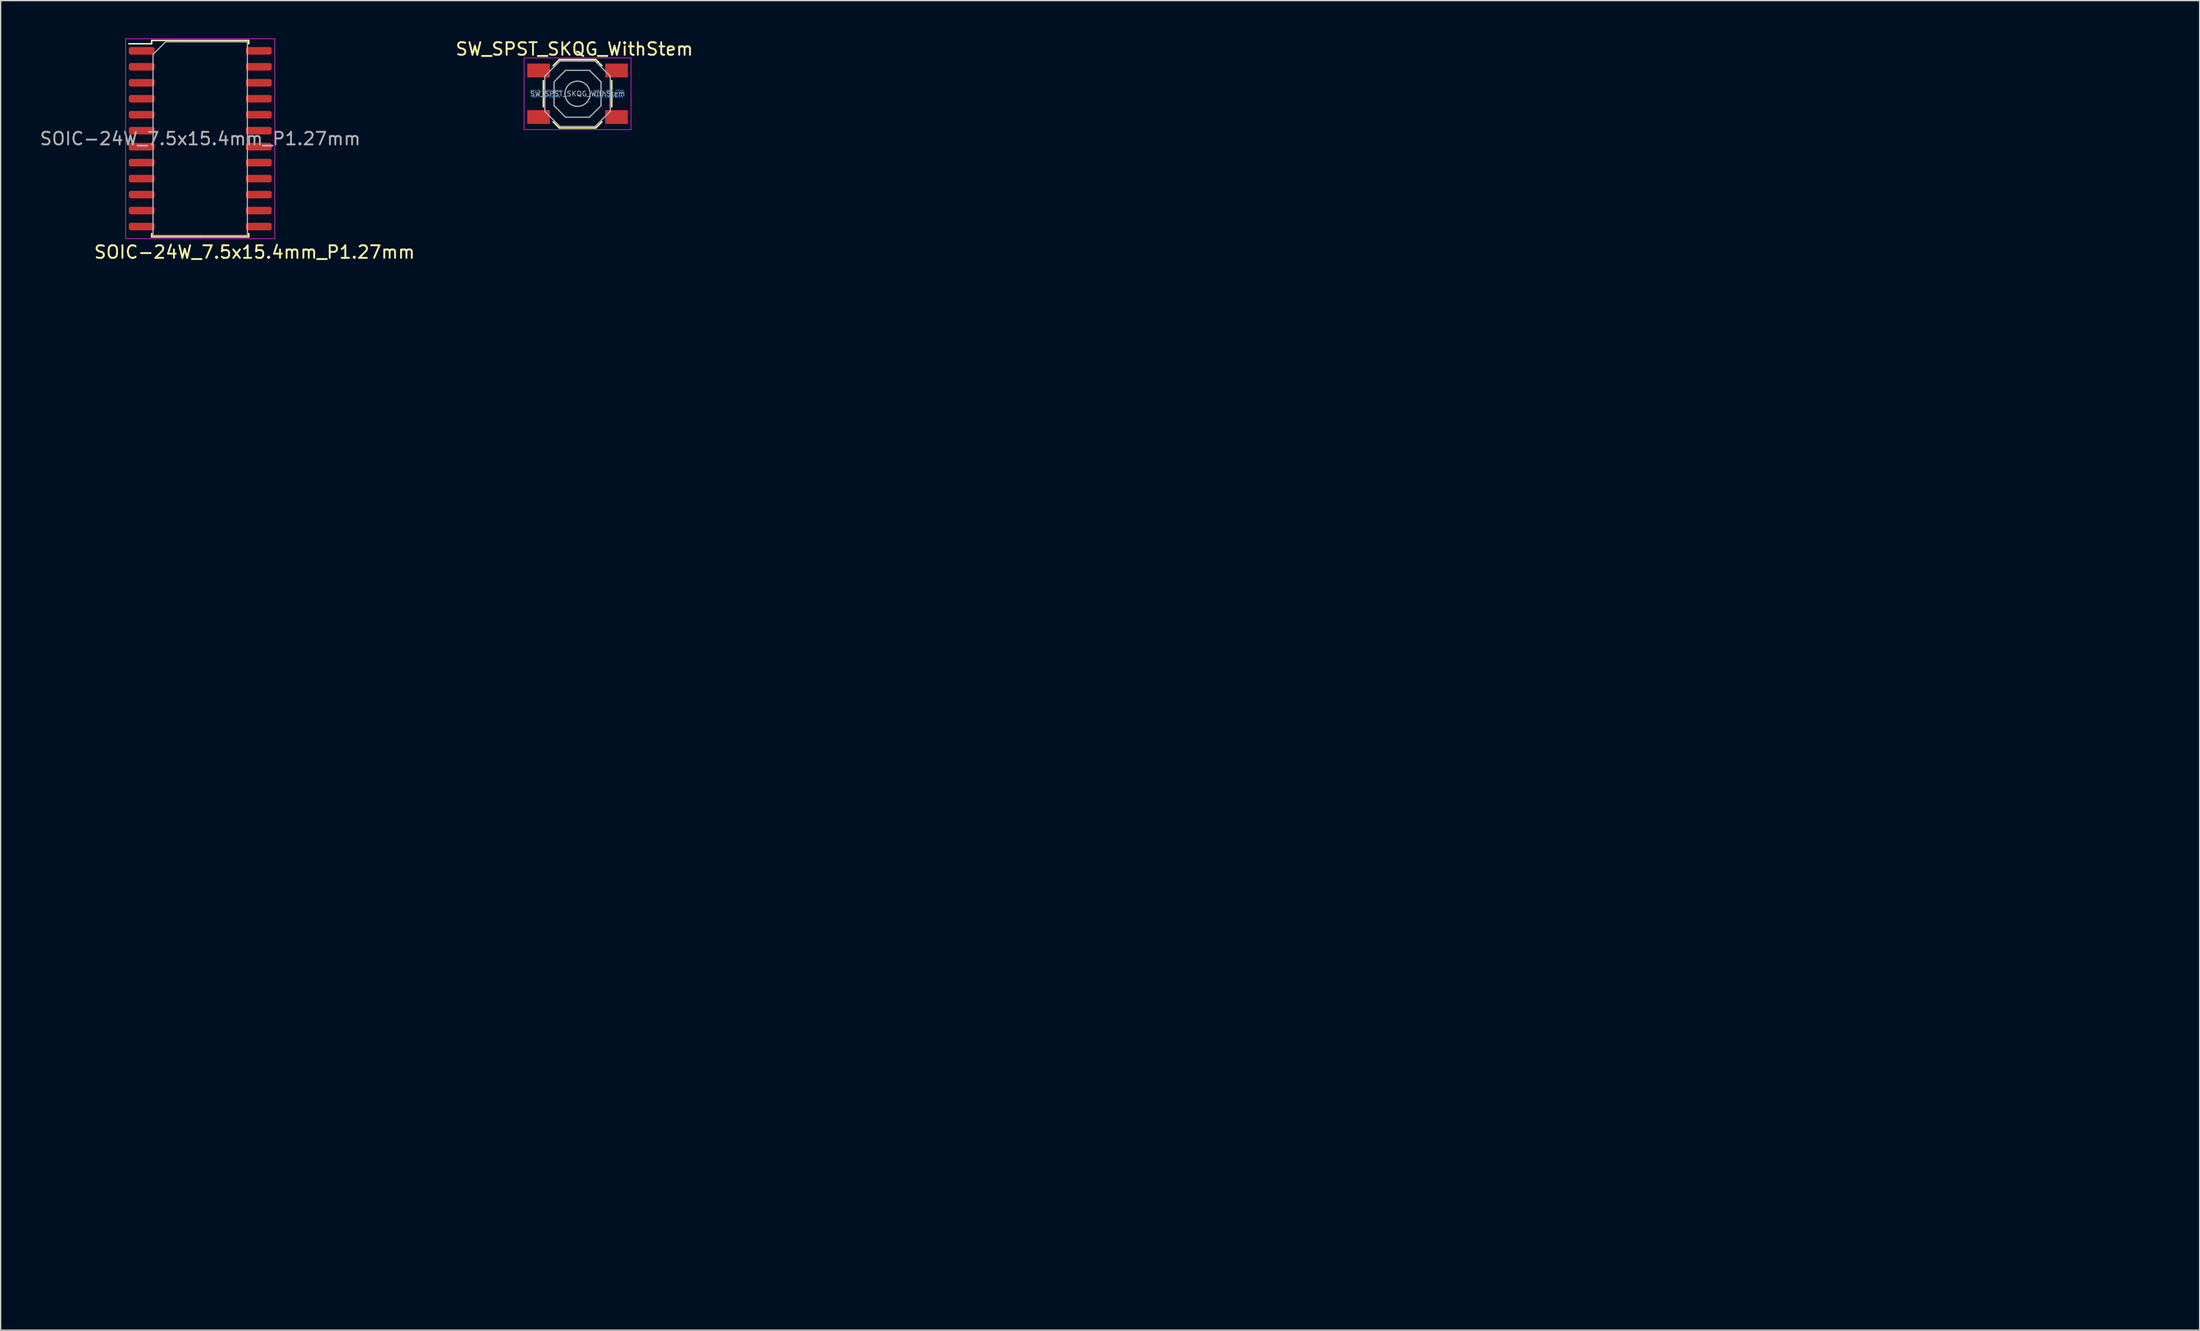
<source format=kicad_pcb>
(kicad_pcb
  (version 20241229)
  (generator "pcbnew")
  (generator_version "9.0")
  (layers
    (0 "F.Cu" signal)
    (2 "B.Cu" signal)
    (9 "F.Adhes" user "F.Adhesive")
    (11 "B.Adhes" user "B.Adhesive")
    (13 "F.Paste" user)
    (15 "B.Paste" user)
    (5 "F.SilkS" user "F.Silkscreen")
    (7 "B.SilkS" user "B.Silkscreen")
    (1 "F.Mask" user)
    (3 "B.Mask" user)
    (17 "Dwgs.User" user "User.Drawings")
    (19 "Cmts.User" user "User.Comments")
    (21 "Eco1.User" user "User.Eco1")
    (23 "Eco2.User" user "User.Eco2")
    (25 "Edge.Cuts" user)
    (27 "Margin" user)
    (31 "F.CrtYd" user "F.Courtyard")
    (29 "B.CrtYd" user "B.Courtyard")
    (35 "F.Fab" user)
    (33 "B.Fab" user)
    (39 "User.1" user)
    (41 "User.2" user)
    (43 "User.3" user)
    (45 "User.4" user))
  (footprint "SW_SPST_SKQG_WithStem"
    (layer "F.Cu")
    (at 42.852 4.404)
    (property "Reference" "SW_SPST_SKQG_WithStem" (at -0.254 -3.556 0) (layer "F.SilkS") (effects (font (size 1 1) (thickness 0.15))))
    (attr smd)
    (fp_line (start -2.72 1.04) (end -2.72 -1.04) (stroke (width 0.12) (type solid)) (layer "F.SilkS"))
    (fp_line (start -1.45 -2.72) (end -1.94 -2.23) (stroke (width 0.12) (type solid)) (layer "F.SilkS"))
    (fp_line (start -1.45 -2.72) (end 1.45 -2.72) (stroke (width 0.12) (type solid)) (layer "F.SilkS"))
    (fp_line (start -1.45 2.72) (end -1.94 2.23) (stroke (width 0.12) (type solid)) (layer "F.SilkS"))
    (fp_line (start -1.45 2.72) (end 1.45 2.72) (stroke (width 0.12) (type solid)) (layer "F.SilkS"))
    (fp_line (start 1.45 -2.72) (end 1.94 -2.23) (stroke (width 0.12) (type solid)) (layer "F.SilkS"))
    (fp_line (start 1.45 2.72) (end 1.94 2.23) (stroke (width 0.12) (type solid)) (layer "F.SilkS"))
    (fp_line (start 2.72 1.04) (end 2.72 -1.04) (stroke (width 0.12) (type solid)) (layer "F.SilkS"))
    (fp_line (start -4.25 -2.85) (end -4.25 2.85) (stroke (width 0.05) (type solid)) (layer "F.CrtYd"))
    (fp_line (start -4.25 2.85) (end 4.25 2.85) (stroke (width 0.05) (type solid)) (layer "F.CrtYd"))
    (fp_line (start 4.25 -2.85) (end -4.25 -2.85) (stroke (width 0.05) (type solid)) (layer "F.CrtYd"))
    (fp_line (start 4.25 2.85) (end 4.25 -2.85) (stroke (width 0.05) (type solid)) (layer "F.CrtYd"))
    (fp_line (start -2.6 -1.4) (end -1.4 -2.6) (stroke (width 0.1) (type solid)) (layer "F.Fab"))
    (fp_line (start -2.6 1.4) (end -2.6 -1.4) (stroke (width 0.1) (type solid)) (layer "F.Fab"))
    (fp_line (start -1.865 0.95) (end -1.865 -0.95) (stroke (width 0.1) (type solid)) (layer "F.Fab"))
    (fp_line (start -1.4 -2.6) (end 1.4 -2.6) (stroke (width 0.1) (type solid)) (layer "F.Fab"))
    (fp_line (start -1.4 2.6) (end -2.6 1.4) (stroke (width 0.1) (type solid)) (layer "F.Fab"))
    (fp_line (start -0.95 -1.865) (end -1.865 -0.95) (stroke (width 0.1) (type solid)) (layer "F.Fab"))
    (fp_line (start -0.95 -1.865) (end 0.95 -1.865) (stroke (width 0.1) (type solid)) (layer "F.Fab"))
    (fp_line (start -0.95 1.865) (end -1.865 0.95) (stroke (width 0.1) (type solid)) (layer "F.Fab"))
    (fp_line (start 0.95 -1.865) (end 1.865 -0.95) (stroke (width 0.1) (type solid)) (layer "F.Fab"))
    (fp_line (start 0.95 1.865) (end -0.95 1.865) (stroke (width 0.1) (type solid)) (layer "F.Fab"))
    (fp_line (start 0.95 1.865) (end 1.865 0.95) (stroke (width 0.1) (type solid)) (layer "F.Fab"))
    (fp_line (start 1.4 -2.6) (end 2.6 -1.4) (stroke (width 0.1) (type solid)) (layer "F.Fab"))
    (fp_line (start 1.4 2.6) (end -1.4 2.6) (stroke (width 0.1) (type solid)) (layer "F.Fab"))
    (fp_line (start 1.865 -0.95) (end 1.865 0.95) (stroke (width 0.1) (type solid)) (layer "F.Fab"))
    (fp_line (start 2.6 -1.4) (end 2.6 1.4) (stroke (width 0.1) (type solid)) (layer "F.Fab"))
    (fp_line (start 2.6 1.4) (end 1.4 2.6) (stroke (width 0.1) (type solid)) (layer "F.Fab"))
    (fp_circle (center 0 0) (end 1 0) (stroke (width 0.1) (type solid)) (fill no) (layer "F.Fab"))
    (fp_text user "KEEP-OUT ZONE" (at -2.5 -0.2 0) (layer "Cmts.User") (effects (font (size 0.2 0.2) (thickness 0.03))))
    (fp_text user "No F.Cu tracks" (at 2.5 0.2 0) (layer "Cmts.User") (effects (font (size 0.2 0.2) (thickness 0.03))))
    (fp_text user "KEEP-OUT ZONE" (at 2.5 -0.2 0) (layer "Cmts.User") (effects (font (size 0.2 0.2) (thickness 0.03))))
    (fp_text user "No F.Cu tracks" (at -2.5 0.2 0) (layer "Cmts.User") (effects (font (size 0.2 0.2) (thickness 0.03))))
    (fp_text user "${REFERENCE}" (at 0 0 0) (layer "F.Fab") (effects (font (size 0.4 0.4) (thickness 0.06))))
    (pad "1" smd rect (at -3.1 -1.85) (size 1.8 1.1) (layers "F.Cu" "F.Mask" "F.Paste"))
    (pad "1" smd rect (at 3.1 -1.85) (size 1.8 1.1) (layers "F.Cu" "F.Mask" "F.Paste"))
    (pad "2" smd rect (at -3.1 1.85) (size 1.8 1.1) (layers "F.Cu" "F.Mask" "F.Paste"))
    (pad "2" smd rect (at 3.1 1.85) (size 1.8 1.1) (layers "F.Cu" "F.Mask" "F.Paste"))
    (zone (net_name "") (layer "F.Cu") (hatch full 0.508) (connect_pads) (min_thickness 0.254) (filled_areas_thickness no) (keepout (tracks not_allowed) (vias not_allowed) (pads not_allowed) (copperpour not_allowed) (footprints not_allowed)) (placement (enabled no)) (fill) (polygon (pts (xy 160.772 97.084) (xy 163.772 97.084) (xy 163.772 99.684) (xy 160.772 99.684))))
    (zone (net_name "") (layer "F.Cu") (hatch full 0.508) (connect_pads) (min_thickness 0.254) (filled_areas_thickness no) (keepout (tracks not_allowed) (vias not_allowed) (pads not_allowed) (copperpour not_allowed) (footprints not_allowed)) (placement (enabled no)) (fill) (polygon (pts (xy 165.772 97.084) (xy 168.772 97.084) (xy 168.772 99.684) (xy 165.772 99.684)))))
  (footprint "SOIC-24W_7.5x15.4mm_P1.27mm"
    (layer "F.Cu")
    (at 12.863 7.975)
    (property "Reference" "SOIC-24W_7.5x15.4mm_P1.27mm" (at 4.318 9.017 0) (layer "F.SilkS") (effects (font (size 1 1) (thickness 0.15))))
    (attr smd)
    (fp_line (start -3.86 -7.81) (end -3.86 -7.545) (stroke (width 0.12) (type solid)) (layer "F.SilkS"))
    (fp_line (start -3.86 -7.545) (end -5.675 -7.545) (stroke (width 0.12) (type solid)) (layer "F.SilkS"))
    (fp_line (start -3.86 7.81) (end -3.86 7.545) (stroke (width 0.12) (type solid)) (layer "F.SilkS"))
    (fp_line (start 0 -7.81) (end -3.86 -7.81) (stroke (width 0.12) (type solid)) (layer "F.SilkS"))
    (fp_line (start 0 -7.81) (end 3.86 -7.81) (stroke (width 0.12) (type solid)) (layer "F.SilkS"))
    (fp_line (start 0 7.81) (end -3.86 7.81) (stroke (width 0.12) (type solid)) (layer "F.SilkS"))
    (fp_line (start 0 7.81) (end 3.86 7.81) (stroke (width 0.12) (type solid)) (layer "F.SilkS"))
    (fp_line (start 3.86 -7.81) (end 3.86 -7.545) (stroke (width 0.12) (type solid)) (layer "F.SilkS"))
    (fp_line (start 3.86 7.81) (end 3.86 7.545) (stroke (width 0.12) (type solid)) (layer "F.SilkS"))
    (fp_line (start -5.93 -7.95) (end -5.93 7.95) (stroke (width 0.05) (type solid)) (layer "F.CrtYd"))
    (fp_line (start -5.93 7.95) (end 5.93 7.95) (stroke (width 0.05) (type solid)) (layer "F.CrtYd"))
    (fp_line (start 5.93 -7.95) (end -5.93 -7.95) (stroke (width 0.05) (type solid)) (layer "F.CrtYd"))
    (fp_line (start 5.93 7.95) (end 5.93 -7.95) (stroke (width 0.05) (type solid)) (layer "F.CrtYd"))
    (fp_line (start -3.75 -6.7) (end -2.75 -7.7) (stroke (width 0.1) (type solid)) (layer "F.Fab"))
    (fp_line (start -3.75 7.7) (end -3.75 -6.7) (stroke (width 0.1) (type solid)) (layer "F.Fab"))
    (fp_line (start -2.75 -7.7) (end 3.75 -7.7) (stroke (width 0.1) (type solid)) (layer "F.Fab"))
    (fp_line (start 3.75 -7.7) (end 3.75 7.7) (stroke (width 0.1) (type solid)) (layer "F.Fab"))
    (fp_line (start 3.75 7.7) (end -3.75 7.7) (stroke (width 0.1) (type solid)) (layer "F.Fab"))
    (fp_text user "${REFERENCE}" (at 0 0 0) (layer "F.Fab") (effects (font (size 1 1) (thickness 0.15))))
    (pad "1" smd roundrect (at -4.65 -6.985) (size 2.05 0.6) (layers "F.Cu" "F.Mask" "F.Paste") (roundrect_rratio 0.25))
    (pad "2" smd roundrect (at -4.65 -5.715) (size 2.05 0.6) (layers "F.Cu" "F.Mask" "F.Paste") (roundrect_rratio 0.25))
    (pad "3" smd roundrect (at -4.65 -4.445) (size 2.05 0.6) (layers "F.Cu" "F.Mask" "F.Paste") (roundrect_rratio 0.25))
    (pad "4" smd roundrect (at -4.65 -3.175) (size 2.05 0.6) (layers "F.Cu" "F.Mask" "F.Paste") (roundrect_rratio 0.25))
    (pad "5" smd roundrect (at -4.65 -1.905) (size 2.05 0.6) (layers "F.Cu" "F.Mask" "F.Paste") (roundrect_rratio 0.25))
    (pad "6" smd roundrect (at -4.65 -0.635) (size 2.05 0.6) (layers "F.Cu" "F.Mask" "F.Paste") (roundrect_rratio 0.25))
    (pad "7" smd roundrect (at -4.65 0.635) (size 2.05 0.6) (layers "F.Cu" "F.Mask" "F.Paste") (roundrect_rratio 0.25))
    (pad "8" smd roundrect (at -4.65 1.905) (size 2.05 0.6) (layers "F.Cu" "F.Mask" "F.Paste") (roundrect_rratio 0.25))
    (pad "9" smd roundrect (at -4.65 3.175) (size 2.05 0.6) (layers "F.Cu" "F.Mask" "F.Paste") (roundrect_rratio 0.25))
    (pad "10" smd roundrect (at -4.65 4.445) (size 2.05 0.6) (layers "F.Cu" "F.Mask" "F.Paste") (roundrect_rratio 0.25))
    (pad "11" smd roundrect (at -4.65 5.715) (size 2.05 0.6) (layers "F.Cu" "F.Mask" "F.Paste") (roundrect_rratio 0.25))
    (pad "12" smd roundrect (at -4.65 6.985) (size 2.05 0.6) (layers "F.Cu" "F.Mask" "F.Paste") (roundrect_rratio 0.25))
    (pad "13" smd roundrect (at 4.65 6.985) (size 2.05 0.6) (layers "F.Cu" "F.Mask" "F.Paste") (roundrect_rratio 0.25))
    (pad "14" smd roundrect (at 4.65 5.715) (size 2.05 0.6) (layers "F.Cu" "F.Mask" "F.Paste") (roundrect_rratio 0.25))
    (pad "15" smd roundrect (at 4.65 4.445) (size 2.05 0.6) (layers "F.Cu" "F.Mask" "F.Paste") (roundrect_rratio 0.25))
    (pad "16" smd roundrect (at 4.65 3.175) (size 2.05 0.6) (layers "F.Cu" "F.Mask" "F.Paste") (roundrect_rratio 0.25))
    (pad "17" smd roundrect (at 4.65 1.905) (size 2.05 0.6) (layers "F.Cu" "F.Mask" "F.Paste") (roundrect_rratio 0.25))
    (pad "18" smd roundrect (at 4.65 0.635) (size 2.05 0.6) (layers "F.Cu" "F.Mask" "F.Paste") (roundrect_rratio 0.25))
    (pad "19" smd roundrect (at 4.65 -0.635) (size 2.05 0.6) (layers "F.Cu" "F.Mask" "F.Paste") (roundrect_rratio 0.25))
    (pad "20" smd roundrect (at 4.65 -1.905) (size 2.05 0.6) (layers "F.Cu" "F.Mask" "F.Paste") (roundrect_rratio 0.25))
    (pad "21" smd roundrect (at 4.65 -3.175) (size 2.05 0.6) (layers "F.Cu" "F.Mask" "F.Paste") (roundrect_rratio 0.25))
    (pad "22" smd roundrect (at 4.65 -4.445) (size 2.05 0.6) (layers "F.Cu" "F.Mask" "F.Paste") (roundrect_rratio 0.25))
    (pad "23" smd roundrect (at 4.65 -5.715) (size 2.05 0.6) (layers "F.Cu" "F.Mask" "F.Paste") (roundrect_rratio 0.25))
    (pad "24" smd roundrect (at 4.65 -6.985) (size 2.05 0.6) (layers "F.Cu" "F.Mask" "F.Paste") (roundrect_rratio 0.25)))
  (gr_rect
    (start -3 -3)
    (end 171.772 102.684)
    (stroke (width 0.1) (type default))
    (fill no)
    (layer "Edge.Cuts")))
</source>
